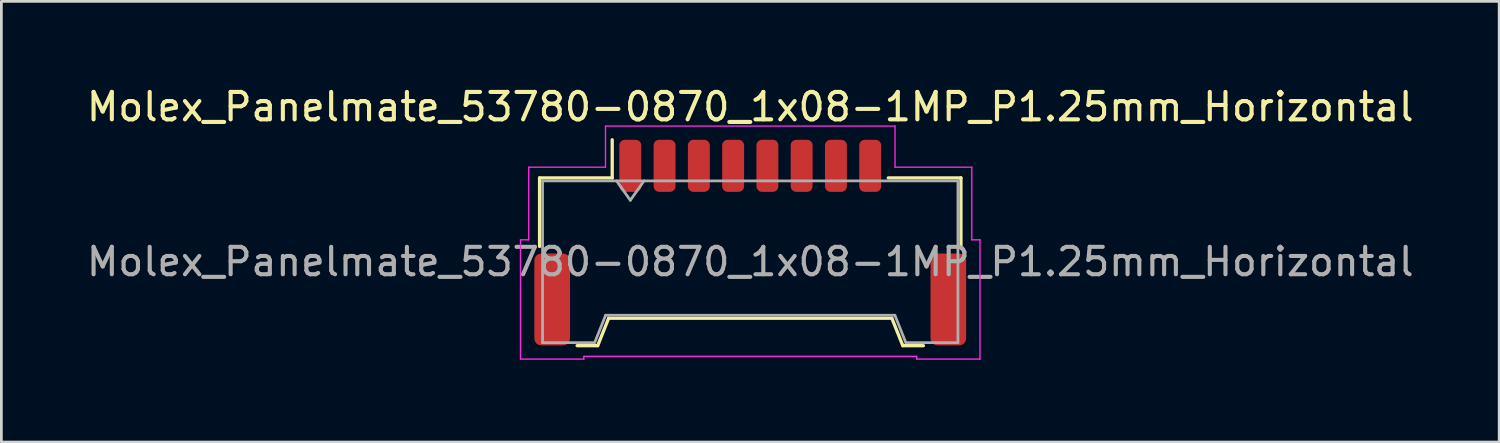
<source format=kicad_pcb>
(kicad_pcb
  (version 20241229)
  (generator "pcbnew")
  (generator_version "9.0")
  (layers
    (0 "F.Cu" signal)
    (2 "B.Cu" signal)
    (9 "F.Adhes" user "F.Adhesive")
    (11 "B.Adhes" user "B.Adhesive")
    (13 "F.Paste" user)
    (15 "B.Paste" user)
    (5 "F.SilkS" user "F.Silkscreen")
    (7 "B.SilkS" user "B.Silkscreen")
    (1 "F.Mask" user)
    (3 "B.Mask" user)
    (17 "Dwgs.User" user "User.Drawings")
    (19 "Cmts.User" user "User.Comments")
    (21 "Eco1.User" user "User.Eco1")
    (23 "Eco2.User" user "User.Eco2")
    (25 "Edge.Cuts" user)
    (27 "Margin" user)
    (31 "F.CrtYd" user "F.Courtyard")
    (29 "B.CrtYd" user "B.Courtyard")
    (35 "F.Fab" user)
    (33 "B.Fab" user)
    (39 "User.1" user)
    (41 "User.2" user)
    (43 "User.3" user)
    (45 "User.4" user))
  (footprint "Molex_Panelmate_53780-0870_1x08-1MP_P1.25mm_Horizontal"
    (layer "F.Cu")
    (at 24.315 5.798)
    (property "Reference" "Molex_Panelmate_53780-0870_1x08-1MP_P1.25mm_Horizontal" (at 0 -4.95 0) (layer "F.SilkS") (effects (font (size 1 1) (thickness 0.15))))
    (attr smd)
    (fp_line (start -7.685 -2.36) (end -5.035 -2.36) (stroke (width 0.12) (type solid)) (layer "F.SilkS"))
    (fp_line (start -7.685 0.14) (end -7.685 -2.36) (stroke (width 0.12) (type solid)) (layer "F.SilkS"))
    (fp_line (start -6.315 3.76) (end -5.565 3.76) (stroke (width 0.12) (type solid)) (layer "F.SilkS"))
    (fp_line (start -5.565 3.76) (end -5.165 2.76) (stroke (width 0.12) (type solid)) (layer "F.SilkS"))
    (fp_line (start -5.165 2.76) (end 5.165 2.76) (stroke (width 0.12) (type solid)) (layer "F.SilkS"))
    (fp_line (start -5.035 -2.36) (end -5.035 -3.75) (stroke (width 0.12) (type solid)) (layer "F.SilkS"))
    (fp_line (start 5.165 2.76) (end 5.565 3.76) (stroke (width 0.12) (type solid)) (layer "F.SilkS"))
    (fp_line (start 5.565 3.76) (end 6.315 3.76) (stroke (width 0.12) (type solid)) (layer "F.SilkS"))
    (fp_line (start 7.685 -2.36) (end 5.035 -2.36) (stroke (width 0.12) (type solid)) (layer "F.SilkS"))
    (fp_line (start 7.685 0.14) (end 7.685 -2.36) (stroke (width 0.12) (type solid)) (layer "F.SilkS"))
    (fp_line (start -8.38 -0.1) (end -8.08 -0.1) (stroke (width 0.05) (type solid)) (layer "F.CrtYd"))
    (fp_line (start -8.38 4.25) (end -8.38 -0.1) (stroke (width 0.05) (type solid)) (layer "F.CrtYd"))
    (fp_line (start -8.08 -2.75) (end -5.28 -2.75) (stroke (width 0.05) (type solid)) (layer "F.CrtYd"))
    (fp_line (start -8.08 -0.1) (end -8.08 -2.75) (stroke (width 0.05) (type solid)) (layer "F.CrtYd"))
    (fp_line (start -6.07 4.15) (end -6.07 4.25) (stroke (width 0.05) (type solid)) (layer "F.CrtYd"))
    (fp_line (start -6.07 4.25) (end -8.38 4.25) (stroke (width 0.05) (type solid)) (layer "F.CrtYd"))
    (fp_line (start -5.28 -4.25) (end 5.28 -4.25) (stroke (width 0.05) (type solid)) (layer "F.CrtYd"))
    (fp_line (start -5.28 -2.75) (end -5.28 -4.25) (stroke (width 0.05) (type solid)) (layer "F.CrtYd"))
    (fp_line (start 5.28 -4.25) (end 5.28 -2.75) (stroke (width 0.05) (type solid)) (layer "F.CrtYd"))
    (fp_line (start 5.28 -2.75) (end 8.08 -2.75) (stroke (width 0.05) (type solid)) (layer "F.CrtYd"))
    (fp_line (start 6.07 4.15) (end -6.07 4.15) (stroke (width 0.05) (type solid)) (layer "F.CrtYd"))
    (fp_line (start 6.07 4.25) (end 6.07 4.15) (stroke (width 0.05) (type solid)) (layer "F.CrtYd"))
    (fp_line (start 8.08 -2.75) (end 8.08 -0.1) (stroke (width 0.05) (type solid)) (layer "F.CrtYd"))
    (fp_line (start 8.08 -0.1) (end 8.38 -0.1) (stroke (width 0.05) (type solid)) (layer "F.CrtYd"))
    (fp_line (start 8.38 -0.1) (end 8.38 4.25) (stroke (width 0.05) (type solid)) (layer "F.CrtYd"))
    (fp_line (start 8.38 4.25) (end 6.07 4.25) (stroke (width 0.05) (type solid)) (layer "F.CrtYd"))
    (fp_line (start -7.575 -2.25) (end -7.575 3.65) (stroke (width 0.1) (type solid)) (layer "F.Fab"))
    (fp_line (start -7.575 -2.25) (end 7.575 -2.25) (stroke (width 0.1) (type solid)) (layer "F.Fab"))
    (fp_line (start -7.575 3.65) (end -5.675 3.65) (stroke (width 0.1) (type solid)) (layer "F.Fab"))
    (fp_line (start -5.675 3.65) (end -5.275 2.65) (stroke (width 0.1) (type solid)) (layer "F.Fab"))
    (fp_line (start -5.275 2.65) (end 5.275 2.65) (stroke (width 0.1) (type solid)) (layer "F.Fab"))
    (fp_line (start -4.875 -2.25) (end -4.375 -1.543) (stroke (width 0.1) (type solid)) (layer "F.Fab"))
    (fp_line (start -4.375 -1.543) (end -3.875 -2.25) (stroke (width 0.1) (type solid)) (layer "F.Fab"))
    (fp_line (start 5.275 2.65) (end 5.675 3.65) (stroke (width 0.1) (type solid)) (layer "F.Fab"))
    (fp_line (start 5.675 3.65) (end 7.575 3.65) (stroke (width 0.1) (type solid)) (layer "F.Fab"))
    (fp_line (start 7.575 -2.25) (end 7.575 3.65) (stroke (width 0.1) (type solid)) (layer "F.Fab"))
    (fp_text user "${REFERENCE}" (at 0 0.7 0) (layer "F.Fab") (effects (font (size 1 1) (thickness 0.15))))
    (pad "1" smd roundrect (at -4.375 -2.8) (size 0.8 1.9) (layers "F.Cu" "F.Mask" "F.Paste") (roundrect_rratio 0.25))
    (pad "2" smd roundrect (at -3.125 -2.8) (size 0.8 1.9) (layers "F.Cu" "F.Mask" "F.Paste") (roundrect_rratio 0.25))
    (pad "3" smd roundrect (at -1.875 -2.8) (size 0.8 1.9) (layers "F.Cu" "F.Mask" "F.Paste") (roundrect_rratio 0.25))
    (pad "4" smd roundrect (at -0.625 -2.8) (size 0.8 1.9) (layers "F.Cu" "F.Mask" "F.Paste") (roundrect_rratio 0.25))
    (pad "5" smd roundrect (at 0.625 -2.8) (size 0.8 1.9) (layers "F.Cu" "F.Mask" "F.Paste") (roundrect_rratio 0.25))
    (pad "6" smd roundrect (at 1.875 -2.8) (size 0.8 1.9) (layers "F.Cu" "F.Mask" "F.Paste") (roundrect_rratio 0.25))
    (pad "7" smd roundrect (at 3.125 -2.8) (size 0.8 1.9) (layers "F.Cu" "F.Mask" "F.Paste") (roundrect_rratio 0.25))
    (pad "8" smd roundrect (at 4.375 -2.8) (size 0.8 1.9) (layers "F.Cu" "F.Mask" "F.Paste") (roundrect_rratio 0.25))
    (pad "MP" smd roundrect (at -7.225 2.075) (size 1.3 3.35) (layers "F.Cu" "F.Mask" "F.Paste") (roundrect_rratio 0.192))
    (pad "MP" smd roundrect (at 7.225 2.075) (size 1.3 3.35) (layers "F.Cu" "F.Mask" "F.Paste") (roundrect_rratio 0.192)))
  (gr_rect
    (start -3 -3)
    (end 51.631 13.073)
    (stroke (width 0.1) (type default))
    (fill no)
    (layer "Edge.Cuts")))
</source>
